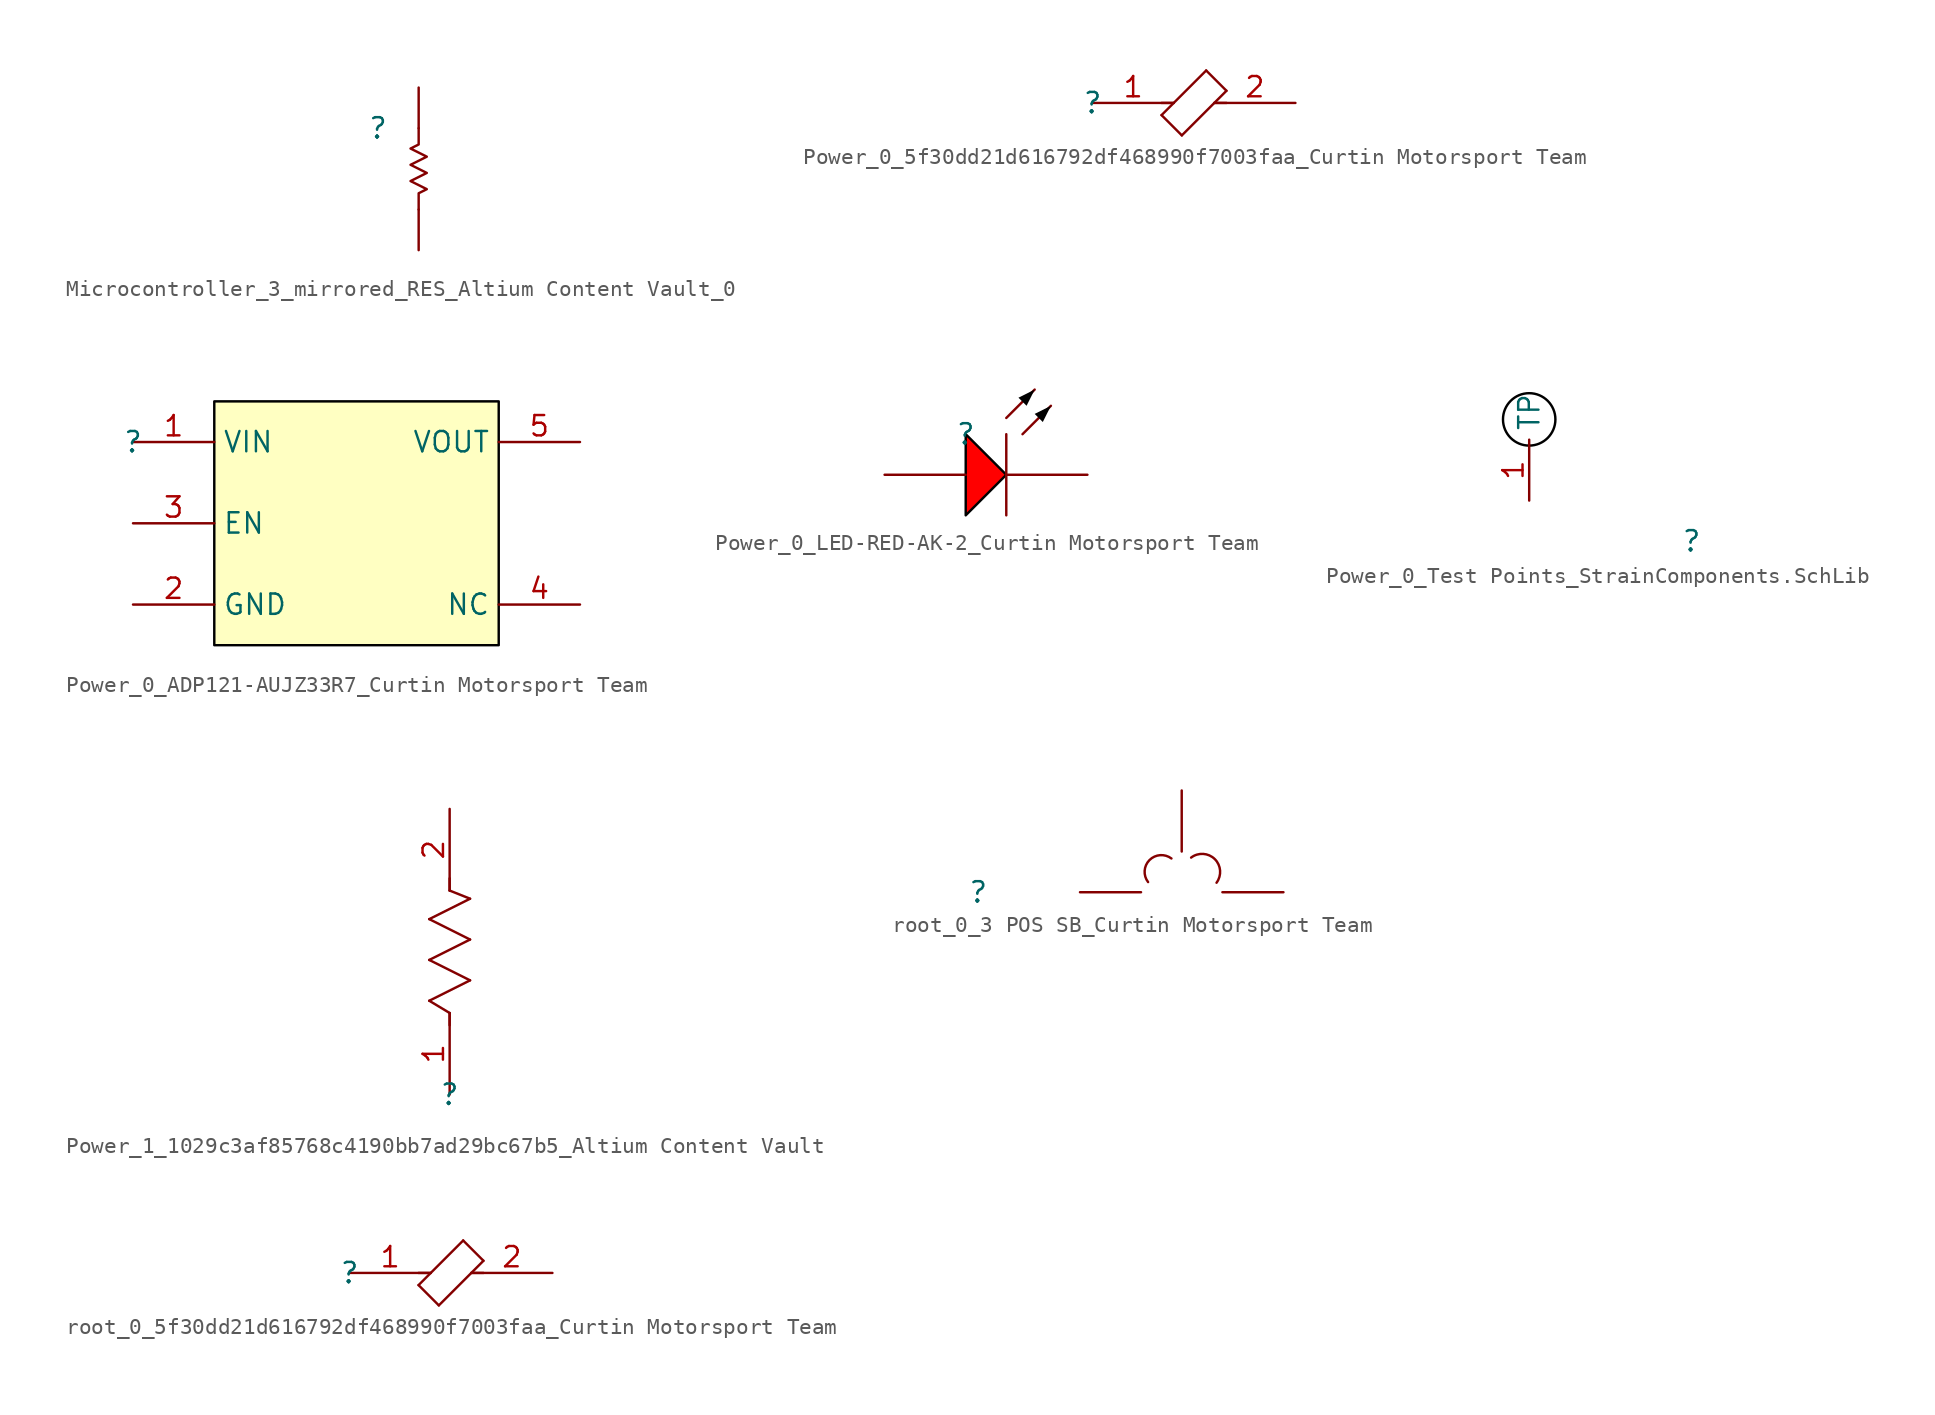
<source format=kicad_sym>
(kicad_symbol_lib
  (version 20241209)
  (generator "kicad_symbol_editor")
  (generator_version "9.0")
  (symbol "Microcontroller_3_mirrored_RES_Altium Content Vault_0"
    (pin_numbers
      (hide yes))
    (pin_names
      (hide yes))
    (property "Reference" ""
      (at 0 0 0)
      (effects (font (size 1.27 1.27))))
    (property "Value" ""
      (at 0 0 0)
      (effects (font (size 1.27 1.27))))
    (symbol "Microcontroller_3_mirrored_RES_Altium Content Vault_0_1_0"
      (polyline (pts (xy 2.54 -5.08) (xy 2.54 -4.064) (xy 3.048 -3.81) (xy 2.032 -3.302) (xy 3.048 -2.794) (xy 2.032 -2.286) (xy 3.048 -1.778) (xy 2.032 -1.27) (xy 2.54 -1.016) (xy 2.54 0)) (stroke (width 0) (type solid)) (fill (type none)))
      (pin passive line (at 2.54 2.54 270) (length 2.54) (name "1" (effects (font (size 1.27 1.27)))) (number "1" (effects (font (size 1.27 1.27)))))
      (pin passive line (at 2.54 -7.62 90) (length 2.54) (name "2" (effects (font (size 1.27 1.27)))) (number "2" (effects (font (size 1.27 1.27)))))))
  (symbol "Power_0_5f30dd21d616792df468990f7003faa_Curtin Motorsport Team"
    (pin_names
      (hide yes))
    (property "Reference" ""
      (at 0 0 0)
      (effects (font (size 1.27 1.27))))
    (property "Value" ""
      (at 0 0 0)
      (effects (font (size 1.27 1.27))))
    (symbol "Power_0_5f30dd21d616792df468990f7003faa_Curtin Motorsport Team_1_0"
      (polyline (pts (xy 4.318 -0.762) (xy 7.112 2.032)) (stroke (width 0) (type solid)) (fill (type none)))
      (polyline (pts (xy 5.08 0) (xy 4.318 0)) (stroke (width 0) (type solid)) (fill (type none)))
      (polyline (pts (xy 5.588 -2.032) (xy 4.318 -0.762)) (stroke (width 0) (type solid)) (fill (type none)))
      (polyline (pts (xy 5.588 -2.032) (xy 8.382 0.762)) (stroke (width 0) (type solid)) (fill (type none)))
      (polyline (pts (xy 7.112 2.032) (xy 8.382 0.762)) (stroke (width 0) (type solid)) (fill (type none)))
      (polyline (pts (xy 7.62 0) (xy 8.382 0)) (stroke (width 0) (type solid)) (fill (type none)))
      (pin passive line (at 0 0 0) (length 5.08) (name "1" (effects (font (size 1.27 1.27)))) (number "1" (effects (font (size 1.27 1.27)))))
      (pin passive line (at 12.7 0 180) (length 5.08) (name "2" (effects (font (size 1.27 1.27)))) (number "2" (effects (font (size 1.27 1.27)))))))
  (symbol "Power_0_ADP121-AUJZ33R7_Curtin Motorsport Team"
    (property "Reference" ""
      (at 0 0 0)
      (effects (font (size 1.27 1.27))))
    (property "Value" ""
      (at 0 0 0)
      (effects (font (size 1.27 1.27))))
    (symbol "Power_0_ADP121-AUJZ33R7_Curtin Motorsport Team_1_0"
      (rectangle (start 22.86 2.54) (end 5.08 -12.7) (stroke (width 0) (type solid) (color 0 0 0 1)) (fill (type background)))
      (pin passive line (at 0 0 0) (length 5.08) (name "VIN" (effects (font (size 1.27 1.27)))) (number "1" (effects (font (size 1.27 1.27)))))
      (pin passive line (at 0 -5.08 0) (length 5.08) (name "EN" (effects (font (size 1.27 1.27)))) (number "3" (effects (font (size 1.27 1.27)))))
      (pin passive line (at 0 -10.16 0) (length 5.08) (name "GND" (effects (font (size 1.27 1.27)))) (number "2" (effects (font (size 1.27 1.27)))))
      (pin passive line (at 27.94 0 180) (length 5.08) (name "VOUT" (effects (font (size 1.27 1.27)))) (number "5" (effects (font (size 1.27 1.27)))))
      (pin passive line (at 27.94 -10.16 180) (length 5.08) (name "NC" (effects (font (size 1.27 1.27)))) (number "4" (effects (font (size 1.27 1.27)))))))
  (symbol "Power_0_LED-RED-AK-2_Curtin Motorsport Team"
    (pin_numbers
      (hide yes))
    (pin_names
      (hide yes))
    (property "Reference" ""
      (at 0 0 0)
      (effects (font (size 1.27 1.27))))
    (property "Value" ""
      (at 0 0 0)
      (effects (font (size 1.27 1.27))))
    (symbol "Power_0_LED-RED-AK-2_Curtin Motorsport Team_1_0"
      (polyline (pts (xy 0 -5.08) (xy 2.54 -2.54) (xy 0 0) (xy 0 -5.08)) (stroke (width 0) (type solid) (color 0 0 0 1)) (fill (type color) (color 255 0 0 1)))
      (polyline (pts (xy 2.54 1.016) (xy 4.318 2.794)) (stroke (width 0) (type solid)) (fill (type none)))
      (polyline (pts (xy 2.54 0) (xy 2.54 -5.08)) (stroke (width 0) (type solid)) (fill (type none)))
      (polyline (pts (xy 3.556 0) (xy 5.334 1.778)) (stroke (width 0) (type solid)) (fill (type none)))
      (polyline (pts (xy 4.318 2.794) (xy 3.302 2.286) (xy 3.81 1.778) (xy 4.318 2.794)) (stroke (width -0.0001) (type solid) (color 0 0 0 1)) (fill (type outline)))
      (polyline (pts (xy 5.334 1.778) (xy 4.318 1.27) (xy 4.826 0.762) (xy 5.334 1.778)) (stroke (width -0.0001) (type solid) (color 0 0 0 1)) (fill (type outline)))
      (pin passive line (at -5.08 -2.54 0) (length 5.08) (name "A" (effects (font (size 1.27 1.27)))) (number "1" (effects (font (size 1.27 1.27)))))
      (pin passive line (at 7.62 -2.54 180) (length 5.08) (name "K" (effects (font (size 1.27 1.27)))) (number "2" (effects (font (size 1.27 1.27)))))))
  (symbol "Power_0_Test Points_StrainComponents.SchLib"
    (property "Reference" ""
      (at 0 0 0)
      (effects (font (size 1.27 1.27))))
    (property "Value" ""
      (at 0 0 0)
      (effects (font (size 1.27 1.27))))
    (symbol "Power_0_Test Points_StrainComponents.SchLib_1_0"
      (circle (center -10.16 7.62) (radius 1.64) (stroke (width 0) (type solid) (color 0 0 0 1)) (fill (type none)))
      (pin passive line (at -10.16 2.54 90) (length 3.81) (name "TP" (effects (font (size 1.27 1.27)))) (number "1" (effects (font (size 1.27 1.27)))))))
  (symbol "Power_1_1029c3af85768c4190bb7ad29bc67b5_Altium Content Vault"
    (pin_names
      (hide yes))
    (property "Reference" ""
      (at 0 0 0)
      (effects (font (size 1.27 1.27))))
    (property "Value" ""
      (at 0 0 0)
      (effects (font (size 1.27 1.27))))
    (symbol "Power_1_1029c3af85768c4190bb7ad29bc67b5_Altium Content Vault_1_0"
      (polyline (pts (xy -1.27 10.922) (xy 1.27 12.192)) (stroke (width 0) (type solid)) (fill (type none)))
      (polyline (pts (xy -1.27 8.382) (xy 1.27 9.652)) (stroke (width 0) (type solid)) (fill (type none)))
      (polyline (pts (xy -1.27 5.842) (xy 1.27 7.112)) (stroke (width 0) (type solid)) (fill (type none)))
      (polyline (pts (xy 0 12.7) (xy 0 13.462)) (stroke (width 0) (type solid)) (fill (type none)))
      (polyline (pts (xy 0 5.08) (xy -1.27 5.842)) (stroke (width 0) (type solid)) (fill (type none)))
      (polyline (pts (xy 0 5.08) (xy 0 4.318)) (stroke (width 0) (type solid)) (fill (type none)))
      (polyline (pts (xy 1.27 12.192) (xy 0 12.7)) (stroke (width 0) (type solid)) (fill (type none)))
      (polyline (pts (xy 1.27 9.652) (xy -1.27 10.922)) (stroke (width 0) (type solid)) (fill (type none)))
      (polyline (pts (xy 1.27 7.112) (xy -1.27 8.382)) (stroke (width 0) (type solid)) (fill (type none)))
      (pin passive line (at 0 17.78 270) (length 5.08) (name "2" (effects (font (size 1.27 1.27)))) (number "2" (effects (font (size 1.27 1.27)))))
      (pin passive line (at 0 0 90) (length 5.08) (name "1" (effects (font (size 1.27 1.27)))) (number "1" (effects (font (size 1.27 1.27)))))))
  (symbol "root_0_3 POS SB_Curtin Motorsport Team"
    (pin_numbers
      (hide yes))
    (pin_names
      (hide yes))
    (property "Reference" ""
      (at 0 0 0)
      (effects (font (size 1.27 1.27))))
    (property "Value" ""
      (at 0 0 0)
      (effects (font (size 1.27 1.27))))
    (symbol "root_0_3 POS SB_Curtin Motorsport Team_1_0"
      (arc (start 10.6 0.6334) (mid 10.6864 2.0056) (end 12.0576 2.1068) (stroke (width 0) (type solid)) (fill (type none)))
      (arc (start 13.2866 2.1611) (mid 14.7598 2.0683) (end 14.8684 0.5962) (stroke (width 0) (type solid)) (fill (type none)))
      (pin passive line (at 6.35 0 0) (length 3.81) (name "1" (effects (font (size 1.27 1.27)))) (number "1" (effects (font (size 1.27 1.27)))))
      (pin passive line (at 12.7 6.35 270) (length 3.81) (name "2" (effects (font (size 1.27 1.27)))) (number "2" (effects (font (size 1.27 1.27)))))
      (pin passive line (at 19.05 0 180) (length 3.81) (name "3" (effects (font (size 1.27 1.27)))) (number "3" (effects (font (size 1.27 1.27)))))))
  (symbol "root_0_5f30dd21d616792df468990f7003faa_Curtin Motorsport Team"
    (pin_names
      (hide yes))
    (property "Reference" ""
      (at 0 0 0)
      (effects (font (size 1.27 1.27))))
    (property "Value" ""
      (at 0 0 0)
      (effects (font (size 1.27 1.27))))
    (symbol "root_0_5f30dd21d616792df468990f7003faa_Curtin Motorsport Team_1_0"
      (polyline (pts (xy 4.318 -0.762) (xy 7.112 2.032)) (stroke (width 0) (type solid)) (fill (type none)))
      (polyline (pts (xy 5.08 0) (xy 4.318 0)) (stroke (width 0) (type solid)) (fill (type none)))
      (polyline (pts (xy 5.588 -2.032) (xy 4.318 -0.762)) (stroke (width 0) (type solid)) (fill (type none)))
      (polyline (pts (xy 5.588 -2.032) (xy 8.382 0.762)) (stroke (width 0) (type solid)) (fill (type none)))
      (polyline (pts (xy 7.112 2.032) (xy 8.382 0.762)) (stroke (width 0) (type solid)) (fill (type none)))
      (polyline (pts (xy 7.62 0) (xy 8.382 0)) (stroke (width 0) (type solid)) (fill (type none)))
      (pin passive line (at 0 0 0) (length 5.08) (name "1" (effects (font (size 1.27 1.27)))) (number "1" (effects (font (size 1.27 1.27)))))
      (pin passive line (at 12.7 0 180) (length 5.08) (name "2" (effects (font (size 1.27 1.27)))) (number "2" (effects (font (size 1.27 1.27))))))))
</source>
